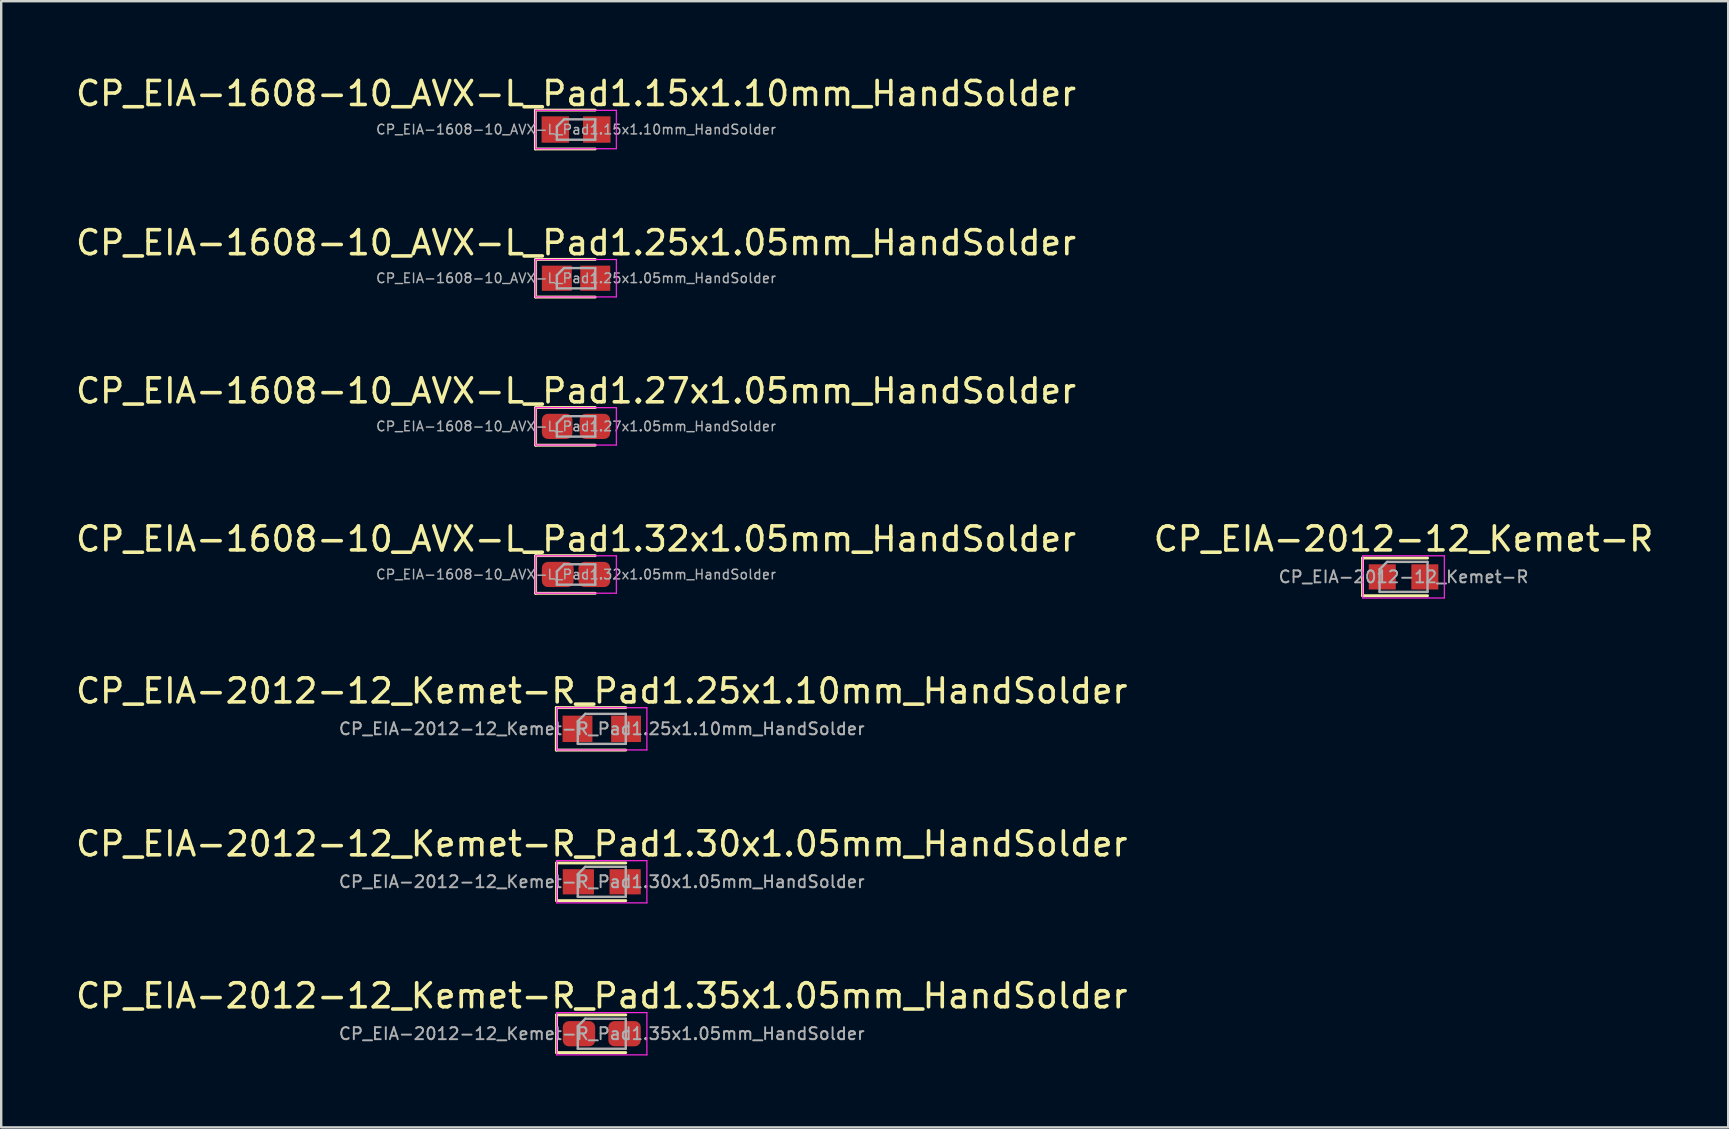
<source format=kicad_pcb>
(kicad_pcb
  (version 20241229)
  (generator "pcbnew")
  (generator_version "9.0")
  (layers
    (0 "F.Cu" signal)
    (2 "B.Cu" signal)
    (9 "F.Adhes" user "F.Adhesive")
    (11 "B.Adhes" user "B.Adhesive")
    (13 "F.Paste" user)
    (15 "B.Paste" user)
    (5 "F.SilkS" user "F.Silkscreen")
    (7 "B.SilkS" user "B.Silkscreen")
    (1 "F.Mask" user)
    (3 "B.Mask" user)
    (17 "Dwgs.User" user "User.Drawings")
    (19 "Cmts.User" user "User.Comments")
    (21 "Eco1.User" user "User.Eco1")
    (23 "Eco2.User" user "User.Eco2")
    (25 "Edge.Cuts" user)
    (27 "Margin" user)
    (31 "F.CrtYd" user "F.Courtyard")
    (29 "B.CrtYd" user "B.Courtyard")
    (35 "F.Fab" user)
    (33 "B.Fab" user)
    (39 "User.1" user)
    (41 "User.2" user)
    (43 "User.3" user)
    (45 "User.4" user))
  (footprint "CP_EIA-2012-12_Kemet-R"
    (layer "F.Cu")
    (at 55.446 20.993)
    (property "Reference" "CP_EIA-2012-12_Kemet-R" (at 0 -1.58 0) (layer "F.SilkS") (effects (font (size 1 1) (thickness 0.15))))
    (attr smd)
    (fp_line (start -1.71 -0.785) (end -1.71 0.785) (stroke (width 0.12) (type solid)) (layer "F.SilkS"))
    (fp_line (start -1.71 0.785) (end 1 0.785) (stroke (width 0.12) (type solid)) (layer "F.SilkS"))
    (fp_line (start 1 -0.785) (end -1.71 -0.785) (stroke (width 0.12) (type solid)) (layer "F.SilkS"))
    (fp_line (start -1.7 -0.88) (end 1.7 -0.88) (stroke (width 0.05) (type solid)) (layer "F.CrtYd"))
    (fp_line (start -1.7 0.88) (end -1.7 -0.88) (stroke (width 0.05) (type solid)) (layer "F.CrtYd"))
    (fp_line (start 1.7 -0.88) (end 1.7 0.88) (stroke (width 0.05) (type solid)) (layer "F.CrtYd"))
    (fp_line (start 1.7 0.88) (end -1.7 0.88) (stroke (width 0.05) (type solid)) (layer "F.CrtYd"))
    (fp_line (start -1 -0.312) (end -1 0.625) (stroke (width 0.1) (type solid)) (layer "F.Fab"))
    (fp_line (start -1 0.625) (end 1 0.625) (stroke (width 0.1) (type solid)) (layer "F.Fab"))
    (fp_line (start -0.688 -0.625) (end -1 -0.312) (stroke (width 0.1) (type solid)) (layer "F.Fab"))
    (fp_line (start 1 -0.625) (end -0.688 -0.625) (stroke (width 0.1) (type solid)) (layer "F.Fab"))
    (fp_line (start 1 0.625) (end 1 -0.625) (stroke (width 0.1) (type solid)) (layer "F.Fab"))
    (fp_text user "${REFERENCE}" (at 0 0 0) (layer "F.Fab") (effects (font (size 0.5 0.5) (thickness 0.08))))
    (pad "1" smd rect (at -0.887 0) (size 1.125 1.05) (layers "F.Cu" "F.Mask" "F.Paste"))
    (pad "2" smd rect (at 0.887 0) (size 1.125 1.05) (layers "F.Cu" "F.Mask" "F.Paste")))
  (footprint "CP_EIA-2012-12_Kemet-R_Pad1.25x1.10mm_HandSolder"
    (layer "F.Cu")
    (at 22.03 27.326)
    (property "Reference" "CP_EIA-2012-12_Kemet-R_Pad1.25x1.10mm_HandSolder" (at 0 -1.58 0) (layer "F.SilkS") (effects (font (size 1 1) (thickness 0.15))))
    (attr smd)
    (fp_line (start -1.895 -0.885) (end -1.895 0.885) (stroke (width 0.12) (type solid)) (layer "F.SilkS"))
    (fp_line (start -1.895 0.885) (end 1 0.885) (stroke (width 0.12) (type solid)) (layer "F.SilkS"))
    (fp_line (start 1 -0.885) (end -1.895 -0.885) (stroke (width 0.12) (type solid)) (layer "F.SilkS"))
    (fp_line (start -1.88 -0.88) (end 1.88 -0.88) (stroke (width 0.05) (type solid)) (layer "F.CrtYd"))
    (fp_line (start -1.88 0.88) (end -1.88 -0.88) (stroke (width 0.05) (type solid)) (layer "F.CrtYd"))
    (fp_line (start 1.88 -0.88) (end 1.88 0.88) (stroke (width 0.05) (type solid)) (layer "F.CrtYd"))
    (fp_line (start 1.88 0.88) (end -1.88 0.88) (stroke (width 0.05) (type solid)) (layer "F.CrtYd"))
    (fp_line (start -1 -0.312) (end -1 0.625) (stroke (width 0.1) (type solid)) (layer "F.Fab"))
    (fp_line (start -1 0.625) (end 1 0.625) (stroke (width 0.1) (type solid)) (layer "F.Fab"))
    (fp_line (start -0.688 -0.625) (end -1 -0.312) (stroke (width 0.1) (type solid)) (layer "F.Fab"))
    (fp_line (start 1 -0.625) (end -0.688 -0.625) (stroke (width 0.1) (type solid)) (layer "F.Fab"))
    (fp_line (start 1 0.625) (end 1 -0.625) (stroke (width 0.1) (type solid)) (layer "F.Fab"))
    (fp_text user "${REFERENCE}" (at 0 0 0) (layer "F.Fab") (effects (font (size 0.5 0.5) (thickness 0.08))))
    (pad "1" smd rect (at -1.012 0) (size 1.245 1.1) (layers "F.Cu" "F.Mask" "F.Paste"))
    (pad "2" smd rect (at 1.012 0) (size 1.245 1.1) (layers "F.Cu" "F.Mask" "F.Paste")))
  (footprint "CP_EIA-2012-12_Kemet-R_Pad1.35x1.05mm_HandSolder"
    (layer "F.Cu")
    (at 22.03 40.033)
    (property "Reference" "CP_EIA-2012-12_Kemet-R_Pad1.35x1.05mm_HandSolder" (at 0 -1.58 0) (layer "F.SilkS") (effects (font (size 1 1) (thickness 0.15))))
    (attr smd)
    (fp_line (start -1.885 -0.785) (end -1.885 0.785) (stroke (width 0.12) (type solid)) (layer "F.SilkS"))
    (fp_line (start -1.885 0.785) (end 1 0.785) (stroke (width 0.12) (type solid)) (layer "F.SilkS"))
    (fp_line (start 1 -0.785) (end -1.885 -0.785) (stroke (width 0.12) (type solid)) (layer "F.SilkS"))
    (fp_line (start -1.88 -0.88) (end 1.88 -0.88) (stroke (width 0.05) (type solid)) (layer "F.CrtYd"))
    (fp_line (start -1.88 0.88) (end -1.88 -0.88) (stroke (width 0.05) (type solid)) (layer "F.CrtYd"))
    (fp_line (start 1.88 -0.88) (end 1.88 0.88) (stroke (width 0.05) (type solid)) (layer "F.CrtYd"))
    (fp_line (start 1.88 0.88) (end -1.88 0.88) (stroke (width 0.05) (type solid)) (layer "F.CrtYd"))
    (fp_line (start -1 -0.312) (end -1 0.625) (stroke (width 0.1) (type solid)) (layer "F.Fab"))
    (fp_line (start -1 0.625) (end 1 0.625) (stroke (width 0.1) (type solid)) (layer "F.Fab"))
    (fp_line (start -0.688 -0.625) (end -1 -0.312) (stroke (width 0.1) (type solid)) (layer "F.Fab"))
    (fp_line (start 1 -0.625) (end -0.688 -0.625) (stroke (width 0.1) (type solid)) (layer "F.Fab"))
    (fp_line (start 1 0.625) (end 1 -0.625) (stroke (width 0.1) (type solid)) (layer "F.Fab"))
    (fp_text user "${REFERENCE}" (at 0 0 0) (layer "F.Fab") (effects (font (size 0.5 0.5) (thickness 0.08))))
    (pad "1" smd roundrect (at -0.95 0) (size 1.35 1.05) (layers "F.Cu" "F.Mask" "F.Paste") (roundrect_rratio 0.238))
    (pad "2" smd roundrect (at 0.95 0) (size 1.35 1.05) (layers "F.Cu" "F.Mask" "F.Paste") (roundrect_rratio 0.238)))
  (footprint "CP_EIA-1608-10_AVX-L_Pad1.25x1.05mm_HandSolder"
    (layer "F.Cu")
    (at 20.958 8.546)
    (property "Reference" "CP_EIA-1608-10_AVX-L_Pad1.25x1.05mm_HandSolder" (at 0 -1.48 0) (layer "F.SilkS") (effects (font (size 1 1) (thickness 0.15))))
    (attr smd)
    (fp_line (start -1.685 -0.785) (end -1.685 0.785) (stroke (width 0.12) (type solid)) (layer "F.SilkS"))
    (fp_line (start -1.685 0.785) (end 0.8 0.785) (stroke (width 0.12) (type solid)) (layer "F.SilkS"))
    (fp_line (start 0.8 -0.785) (end -1.685 -0.785) (stroke (width 0.12) (type solid)) (layer "F.SilkS"))
    (fp_line (start -1.68 -0.78) (end 1.68 -0.78) (stroke (width 0.05) (type solid)) (layer "F.CrtYd"))
    (fp_line (start -1.68 0.78) (end -1.68 -0.78) (stroke (width 0.05) (type solid)) (layer "F.CrtYd"))
    (fp_line (start 1.68 -0.78) (end 1.68 0.78) (stroke (width 0.05) (type solid)) (layer "F.CrtYd"))
    (fp_line (start 1.68 0.78) (end -1.68 0.78) (stroke (width 0.05) (type solid)) (layer "F.CrtYd"))
    (fp_line (start -0.8 -0.125) (end -0.8 0.425) (stroke (width 0.1) (type solid)) (layer "F.Fab"))
    (fp_line (start -0.8 0.425) (end 0.8 0.425) (stroke (width 0.1) (type solid)) (layer "F.Fab"))
    (fp_line (start -0.5 -0.425) (end -0.8 -0.125) (stroke (width 0.1) (type solid)) (layer "F.Fab"))
    (fp_line (start 0.8 -0.425) (end -0.5 -0.425) (stroke (width 0.1) (type solid)) (layer "F.Fab"))
    (fp_line (start 0.8 0.425) (end 0.8 -0.425) (stroke (width 0.1) (type solid)) (layer "F.Fab"))
    (fp_text user "${REFERENCE}" (at 0 0 0) (layer "F.Fab") (effects (font (size 0.4 0.4) (thickness 0.06))))
    (pad "1" smd rect (at -0.8 0) (size 1.25 1.05) (layers "F.Cu" "F.Mask" "F.Paste"))
    (pad "2" smd rect (at 0.8 0) (size 1.25 1.05) (layers "F.Cu" "F.Mask" "F.Paste")))
  (footprint "CP_EIA-1608-10_AVX-L_Pad1.15x1.10mm_HandSolder"
    (layer "F.Cu")
    (at 20.958 2.348)
    (property "Reference" "CP_EIA-1608-10_AVX-L_Pad1.15x1.10mm_HandSolder" (at 0 -1.5 0) (layer "F.SilkS") (effects (font (size 1 1) (thickness 0.15))))
    (attr smd)
    (fp_line (start -1.695 -0.81) (end -1.695 0.81) (stroke (width 0.12) (type solid)) (layer "F.SilkS"))
    (fp_line (start -1.695 0.81) (end 0.8 0.81) (stroke (width 0.12) (type solid)) (layer "F.SilkS"))
    (fp_line (start 0.8 -0.81) (end -1.695 -0.81) (stroke (width 0.12) (type solid)) (layer "F.SilkS"))
    (fp_line (start -1.68 -0.8) (end 1.68 -0.8) (stroke (width 0.05) (type solid)) (layer "F.CrtYd"))
    (fp_line (start -1.68 0.8) (end -1.68 -0.8) (stroke (width 0.05) (type solid)) (layer "F.CrtYd"))
    (fp_line (start 1.68 -0.8) (end 1.68 0.8) (stroke (width 0.05) (type solid)) (layer "F.CrtYd"))
    (fp_line (start 1.68 0.8) (end -1.68 0.8) (stroke (width 0.05) (type solid)) (layer "F.CrtYd"))
    (fp_line (start -0.8 -0.125) (end -0.8 0.425) (stroke (width 0.1) (type solid)) (layer "F.Fab"))
    (fp_line (start -0.8 0.425) (end 0.8 0.425) (stroke (width 0.1) (type solid)) (layer "F.Fab"))
    (fp_line (start -0.5 -0.425) (end -0.8 -0.125) (stroke (width 0.1) (type solid)) (layer "F.Fab"))
    (fp_line (start 0.8 -0.425) (end -0.5 -0.425) (stroke (width 0.1) (type solid)) (layer "F.Fab"))
    (fp_line (start 0.8 0.425) (end 0.8 -0.425) (stroke (width 0.1) (type solid)) (layer "F.Fab"))
    (fp_text user "${REFERENCE}" (at 0 0 0) (layer "F.Fab") (effects (font (size 0.4 0.4) (thickness 0.06))))
    (pad "1" smd rect (at -0.863 0) (size 1.145 1.1) (layers "F.Cu" "F.Mask" "F.Paste"))
    (pad "2" smd rect (at 0.863 0) (size 1.145 1.1) (layers "F.Cu" "F.Mask" "F.Paste")))
  (footprint "CP_EIA-1608-10_AVX-L_Pad1.27x1.05mm_HandSolder"
    (layer "F.Cu")
    (at 20.958 14.72)
    (property "Reference" "CP_EIA-1608-10_AVX-L_Pad1.27x1.05mm_HandSolder" (at 0 -1.48 0) (layer "F.SilkS") (effects (font (size 1 1) (thickness 0.15))))
    (attr smd)
    (fp_line (start -1.685 -0.785) (end -1.685 0.785) (stroke (width 0.12) (type solid)) (layer "F.SilkS"))
    (fp_line (start -1.685 0.785) (end 0.8 0.785) (stroke (width 0.12) (type solid)) (layer "F.SilkS"))
    (fp_line (start 0.8 -0.785) (end -1.685 -0.785) (stroke (width 0.12) (type solid)) (layer "F.SilkS"))
    (fp_line (start -1.68 -0.78) (end 1.68 -0.78) (stroke (width 0.05) (type solid)) (layer "F.CrtYd"))
    (fp_line (start -1.68 0.78) (end -1.68 -0.78) (stroke (width 0.05) (type solid)) (layer "F.CrtYd"))
    (fp_line (start 1.68 -0.78) (end 1.68 0.78) (stroke (width 0.05) (type solid)) (layer "F.CrtYd"))
    (fp_line (start 1.68 0.78) (end -1.68 0.78) (stroke (width 0.05) (type solid)) (layer "F.CrtYd"))
    (fp_line (start -0.8 -0.125) (end -0.8 0.425) (stroke (width 0.1) (type solid)) (layer "F.Fab"))
    (fp_line (start -0.8 0.425) (end 0.8 0.425) (stroke (width 0.1) (type solid)) (layer "F.Fab"))
    (fp_line (start -0.5 -0.425) (end -0.8 -0.125) (stroke (width 0.1) (type solid)) (layer "F.Fab"))
    (fp_line (start 0.8 -0.425) (end -0.5 -0.425) (stroke (width 0.1) (type solid)) (layer "F.Fab"))
    (fp_line (start 0.8 0.425) (end 0.8 -0.425) (stroke (width 0.1) (type solid)) (layer "F.Fab"))
    (fp_text user "${REFERENCE}" (at 0 0 0) (layer "F.Fab") (effects (font (size 0.4 0.4) (thickness 0.06))))
    (pad "1" smd roundrect (at -0.787 0) (size 1.275 1.05) (layers "F.Cu" "F.Mask" "F.Paste") (roundrect_rratio 0.238))
    (pad "2" smd roundrect (at 0.787 0) (size 1.275 1.05) (layers "F.Cu" "F.Mask" "F.Paste") (roundrect_rratio 0.238)))
  (footprint "CP_EIA-1608-10_AVX-L_Pad1.32x1.05mm_HandSolder"
    (layer "F.Cu")
    (at 20.958 20.893)
    (property "Reference" "CP_EIA-1608-10_AVX-L_Pad1.32x1.05mm_HandSolder" (at 0 -1.48 0) (layer "F.SilkS") (effects (font (size 1 1) (thickness 0.15))))
    (attr smd)
    (fp_line (start -1.685 -0.785) (end -1.685 0.785) (stroke (width 0.12) (type solid)) (layer "F.SilkS"))
    (fp_line (start -1.685 0.785) (end 0.8 0.785) (stroke (width 0.12) (type solid)) (layer "F.SilkS"))
    (fp_line (start 0.8 -0.785) (end -1.685 -0.785) (stroke (width 0.12) (type solid)) (layer "F.SilkS"))
    (fp_line (start -1.68 -0.78) (end 1.68 -0.78) (stroke (width 0.05) (type solid)) (layer "F.CrtYd"))
    (fp_line (start -1.68 0.78) (end -1.68 -0.78) (stroke (width 0.05) (type solid)) (layer "F.CrtYd"))
    (fp_line (start 1.68 -0.78) (end 1.68 0.78) (stroke (width 0.05) (type solid)) (layer "F.CrtYd"))
    (fp_line (start 1.68 0.78) (end -1.68 0.78) (stroke (width 0.05) (type solid)) (layer "F.CrtYd"))
    (fp_line (start -0.8 -0.125) (end -0.8 0.425) (stroke (width 0.1) (type solid)) (layer "F.Fab"))
    (fp_line (start -0.8 0.425) (end 0.8 0.425) (stroke (width 0.1) (type solid)) (layer "F.Fab"))
    (fp_line (start -0.5 -0.425) (end -0.8 -0.125) (stroke (width 0.1) (type solid)) (layer "F.Fab"))
    (fp_line (start 0.8 -0.425) (end -0.5 -0.425) (stroke (width 0.1) (type solid)) (layer "F.Fab"))
    (fp_line (start 0.8 0.425) (end 0.8 -0.425) (stroke (width 0.1) (type solid)) (layer "F.Fab"))
    (fp_text user "${REFERENCE}" (at 0 0 0) (layer "F.Fab") (effects (font (size 0.4 0.4) (thickness 0.06))))
    (pad "1" smd roundrect (at -0.762 0) (size 1.325 1.05) (layers "F.Cu" "F.Mask" "F.Paste") (roundrect_rratio 0.238))
    (pad "2" smd roundrect (at 0.762 0) (size 1.325 1.05) (layers "F.Cu" "F.Mask" "F.Paste") (roundrect_rratio 0.238)))
  (footprint "CP_EIA-2012-12_Kemet-R_Pad1.30x1.05mm_HandSolder"
    (layer "F.Cu")
    (at 22.03 33.7)
    (property "Reference" "CP_EIA-2012-12_Kemet-R_Pad1.30x1.05mm_HandSolder" (at 0 -1.58 0) (layer "F.SilkS") (effects (font (size 1 1) (thickness 0.15))))
    (attr smd)
    (fp_line (start -1.885 -0.785) (end -1.885 0.785) (stroke (width 0.12) (type solid)) (layer "F.SilkS"))
    (fp_line (start -1.885 0.785) (end 1 0.785) (stroke (width 0.12) (type solid)) (layer "F.SilkS"))
    (fp_line (start 1 -0.785) (end -1.885 -0.785) (stroke (width 0.12) (type solid)) (layer "F.SilkS"))
    (fp_line (start -1.88 -0.88) (end 1.88 -0.88) (stroke (width 0.05) (type solid)) (layer "F.CrtYd"))
    (fp_line (start -1.88 0.88) (end -1.88 -0.88) (stroke (width 0.05) (type solid)) (layer "F.CrtYd"))
    (fp_line (start 1.88 -0.88) (end 1.88 0.88) (stroke (width 0.05) (type solid)) (layer "F.CrtYd"))
    (fp_line (start 1.88 0.88) (end -1.88 0.88) (stroke (width 0.05) (type solid)) (layer "F.CrtYd"))
    (fp_line (start -1 -0.312) (end -1 0.625) (stroke (width 0.1) (type solid)) (layer "F.Fab"))
    (fp_line (start -1 0.625) (end 1 0.625) (stroke (width 0.1) (type solid)) (layer "F.Fab"))
    (fp_line (start -0.688 -0.625) (end -1 -0.312) (stroke (width 0.1) (type solid)) (layer "F.Fab"))
    (fp_line (start 1 -0.625) (end -0.688 -0.625) (stroke (width 0.1) (type solid)) (layer "F.Fab"))
    (fp_line (start 1 0.625) (end 1 -0.625) (stroke (width 0.1) (type solid)) (layer "F.Fab"))
    (fp_text user "${REFERENCE}" (at 0 0 0) (layer "F.Fab") (effects (font (size 0.5 0.5) (thickness 0.08))))
    (pad "1" smd rect (at -0.975 0) (size 1.3 1.05) (layers "F.Cu" "F.Mask" "F.Paste"))
    (pad "2" smd rect (at 0.975 0) (size 1.3 1.05) (layers "F.Cu" "F.Mask" "F.Paste")))
  (gr_rect
    (start -3 -3)
    (end 68.976 43.938)
    (stroke (width 0.1) (type default))
    (fill no)
    (layer "Edge.Cuts")))
</source>
